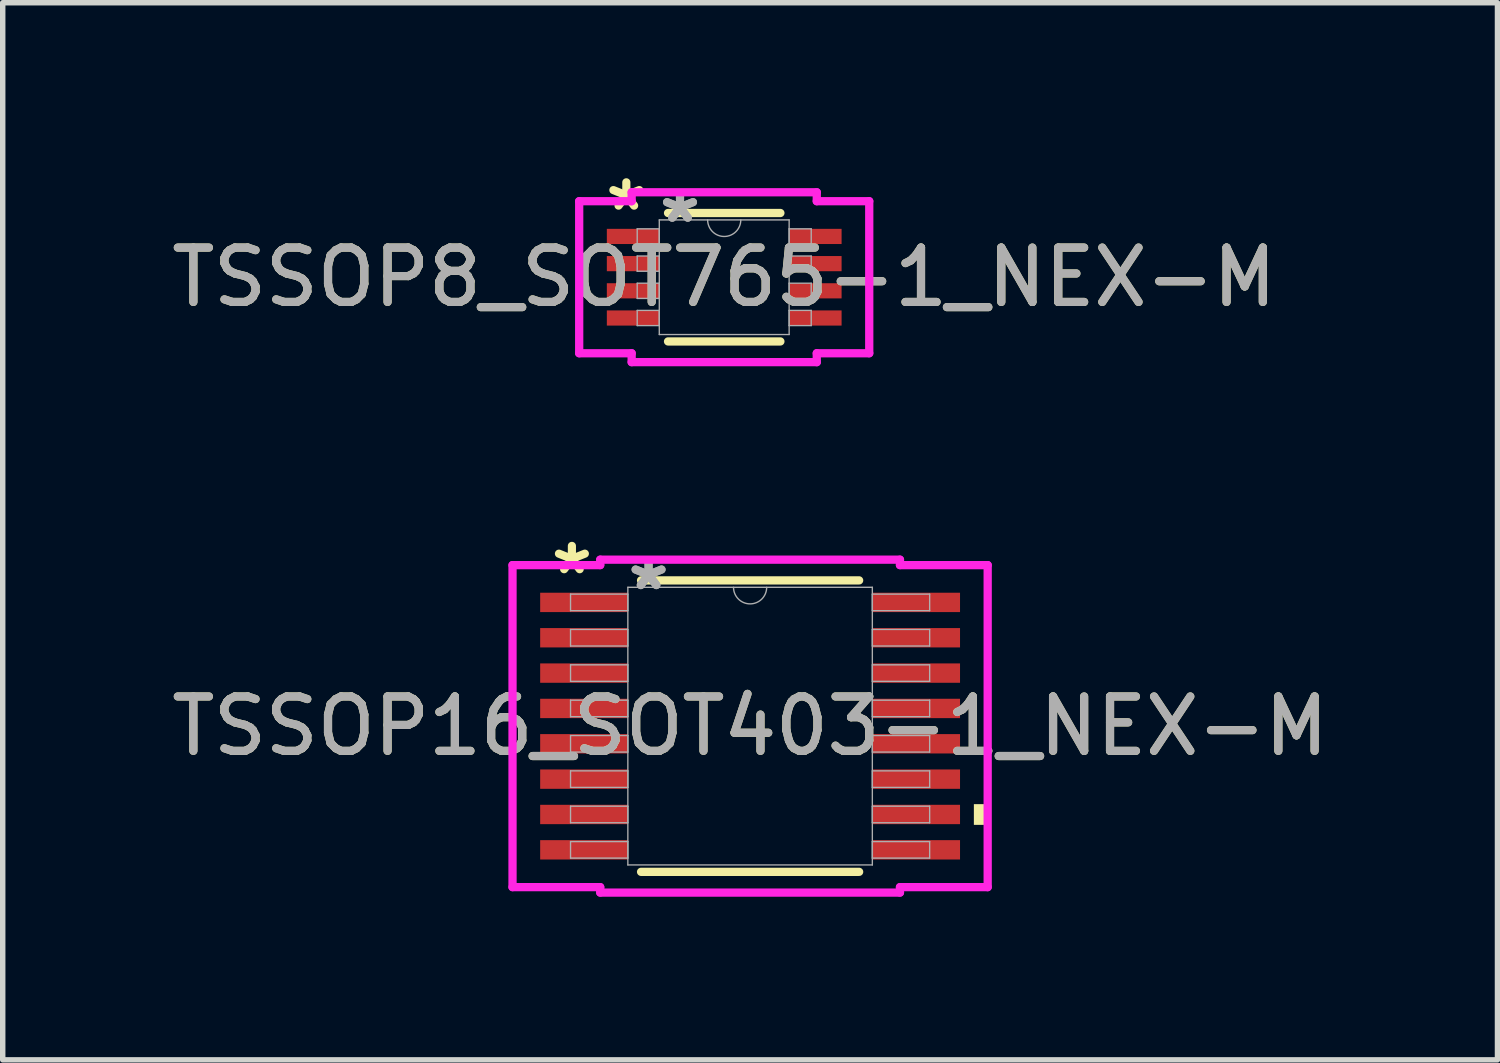
<source format=kicad_pcb>
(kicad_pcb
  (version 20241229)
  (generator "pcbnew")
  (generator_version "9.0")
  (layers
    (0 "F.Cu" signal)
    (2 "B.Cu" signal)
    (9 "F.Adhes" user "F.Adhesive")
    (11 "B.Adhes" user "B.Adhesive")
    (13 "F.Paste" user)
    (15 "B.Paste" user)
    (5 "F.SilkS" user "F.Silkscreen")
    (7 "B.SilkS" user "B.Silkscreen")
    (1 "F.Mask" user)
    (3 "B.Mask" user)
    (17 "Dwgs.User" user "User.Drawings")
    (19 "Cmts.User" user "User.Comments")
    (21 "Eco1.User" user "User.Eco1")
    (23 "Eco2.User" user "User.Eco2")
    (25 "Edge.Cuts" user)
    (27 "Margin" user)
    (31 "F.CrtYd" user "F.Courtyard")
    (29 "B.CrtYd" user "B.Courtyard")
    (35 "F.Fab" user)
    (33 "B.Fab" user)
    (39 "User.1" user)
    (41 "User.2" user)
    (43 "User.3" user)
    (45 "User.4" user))
  (footprint "TSSOP16_SOT403-1_NEX-M"
    (layer "F.Cu")
    (at 10.744 10.303)
    (property "Reference" "TSSOP16_SOT403-1_NEX-M" (at 0 0 0) (unlocked yes) (layer "F.SilkS") (effects (font (size 1 1) (thickness 0.15))))
    (attr smd allow_soldermask_bridges)
    (fp_line (start -2.005 2.68) (end 2.005 2.68) (stroke (width 0.152) (type solid)) (layer "F.SilkS"))
    (fp_line (start 2.005 -2.68) (end -2.005 -2.68) (stroke (width 0.152) (type solid)) (layer "F.SilkS"))
    (fp_poly (pts (xy 4.369 1.435) (xy 4.369 1.816) (xy 4.115 1.816) (xy 4.115 1.435)) (stroke (width 0) (type solid)) (fill yes) (layer "F.SilkS"))
    (fp_line (start -4.369 -2.961) (end -2.756 -2.961) (stroke (width 0.152) (type solid)) (layer "F.CrtYd"))
    (fp_line (start -4.369 2.961) (end -4.369 -2.961) (stroke (width 0.152) (type solid)) (layer "F.CrtYd"))
    (fp_line (start -4.369 2.961) (end -2.756 2.961) (stroke (width 0.152) (type solid)) (layer "F.CrtYd"))
    (fp_line (start -2.756 -3.061) (end 2.756 -3.061) (stroke (width 0.152) (type solid)) (layer "F.CrtYd"))
    (fp_line (start -2.756 -2.961) (end -2.756 -3.061) (stroke (width 0.152) (type solid)) (layer "F.CrtYd"))
    (fp_line (start -2.756 3.061) (end -2.756 2.961) (stroke (width 0.152) (type solid)) (layer "F.CrtYd"))
    (fp_line (start 2.756 -3.061) (end 2.756 -2.961) (stroke (width 0.152) (type solid)) (layer "F.CrtYd"))
    (fp_line (start 2.756 2.961) (end 2.756 3.061) (stroke (width 0.152) (type solid)) (layer "F.CrtYd"))
    (fp_line (start 2.756 3.061) (end -2.756 3.061) (stroke (width 0.152) (type solid)) (layer "F.CrtYd"))
    (fp_line (start 4.369 -2.961) (end 2.756 -2.961) (stroke (width 0.152) (type solid)) (layer "F.CrtYd"))
    (fp_line (start 4.369 -2.961) (end 4.369 2.961) (stroke (width 0.152) (type solid)) (layer "F.CrtYd"))
    (fp_line (start 4.369 2.961) (end 2.756 2.961) (stroke (width 0.152) (type solid)) (layer "F.CrtYd"))
    (fp_line (start -3.302 -2.427) (end -3.302 -2.123) (stroke (width 0.025) (type solid)) (layer "F.Fab"))
    (fp_line (start -3.302 -2.123) (end -2.248 -2.123) (stroke (width 0.025) (type solid)) (layer "F.Fab"))
    (fp_line (start -3.302 -1.777) (end -3.302 -1.473) (stroke (width 0.025) (type solid)) (layer "F.Fab"))
    (fp_line (start -3.302 -1.473) (end -2.248 -1.473) (stroke (width 0.025) (type solid)) (layer "F.Fab"))
    (fp_line (start -3.302 -1.127) (end -3.302 -0.823) (stroke (width 0.025) (type solid)) (layer "F.Fab"))
    (fp_line (start -3.302 -0.823) (end -2.248 -0.823) (stroke (width 0.025) (type solid)) (layer "F.Fab"))
    (fp_line (start -3.302 -0.477) (end -3.302 -0.173) (stroke (width 0.025) (type solid)) (layer "F.Fab"))
    (fp_line (start -3.302 -0.173) (end -2.248 -0.173) (stroke (width 0.025) (type solid)) (layer "F.Fab"))
    (fp_line (start -3.302 0.173) (end -3.302 0.477) (stroke (width 0.025) (type solid)) (layer "F.Fab"))
    (fp_line (start -3.302 0.477) (end -2.248 0.477) (stroke (width 0.025) (type solid)) (layer "F.Fab"))
    (fp_line (start -3.302 0.823) (end -3.302 1.127) (stroke (width 0.025) (type solid)) (layer "F.Fab"))
    (fp_line (start -3.302 1.127) (end -2.248 1.127) (stroke (width 0.025) (type solid)) (layer "F.Fab"))
    (fp_line (start -3.302 1.473) (end -3.302 1.777) (stroke (width 0.025) (type solid)) (layer "F.Fab"))
    (fp_line (start -3.302 1.777) (end -2.248 1.777) (stroke (width 0.025) (type solid)) (layer "F.Fab"))
    (fp_line (start -3.302 2.123) (end -3.302 2.427) (stroke (width 0.025) (type solid)) (layer "F.Fab"))
    (fp_line (start -3.302 2.427) (end -2.248 2.427) (stroke (width 0.025) (type solid)) (layer "F.Fab"))
    (fp_line (start -2.248 -2.553) (end -2.248 2.553) (stroke (width 0.025) (type solid)) (layer "F.Fab"))
    (fp_line (start -2.248 -2.427) (end -3.302 -2.427) (stroke (width 0.025) (type solid)) (layer "F.Fab"))
    (fp_line (start -2.248 -2.123) (end -2.248 -2.427) (stroke (width 0.025) (type solid)) (layer "F.Fab"))
    (fp_line (start -2.248 -1.777) (end -3.302 -1.777) (stroke (width 0.025) (type solid)) (layer "F.Fab"))
    (fp_line (start -2.248 -1.473) (end -2.248 -1.777) (stroke (width 0.025) (type solid)) (layer "F.Fab"))
    (fp_line (start -2.248 -1.127) (end -3.302 -1.127) (stroke (width 0.025) (type solid)) (layer "F.Fab"))
    (fp_line (start -2.248 -0.823) (end -2.248 -1.127) (stroke (width 0.025) (type solid)) (layer "F.Fab"))
    (fp_line (start -2.248 -0.477) (end -3.302 -0.477) (stroke (width 0.025) (type solid)) (layer "F.Fab"))
    (fp_line (start -2.248 -0.173) (end -2.248 -0.477) (stroke (width 0.025) (type solid)) (layer "F.Fab"))
    (fp_line (start -2.248 0.173) (end -3.302 0.173) (stroke (width 0.025) (type solid)) (layer "F.Fab"))
    (fp_line (start -2.248 0.477) (end -2.248 0.173) (stroke (width 0.025) (type solid)) (layer "F.Fab"))
    (fp_line (start -2.248 0.823) (end -3.302 0.823) (stroke (width 0.025) (type solid)) (layer "F.Fab"))
    (fp_line (start -2.248 1.127) (end -2.248 0.823) (stroke (width 0.025) (type solid)) (layer "F.Fab"))
    (fp_line (start -2.248 1.473) (end -3.302 1.473) (stroke (width 0.025) (type solid)) (layer "F.Fab"))
    (fp_line (start -2.248 1.777) (end -2.248 1.473) (stroke (width 0.025) (type solid)) (layer "F.Fab"))
    (fp_line (start -2.248 2.123) (end -3.302 2.123) (stroke (width 0.025) (type solid)) (layer "F.Fab"))
    (fp_line (start -2.248 2.427) (end -2.248 2.123) (stroke (width 0.025) (type solid)) (layer "F.Fab"))
    (fp_line (start -2.248 2.553) (end 2.248 2.553) (stroke (width 0.025) (type solid)) (layer "F.Fab"))
    (fp_line (start 2.248 -2.553) (end -2.248 -2.553) (stroke (width 0.025) (type solid)) (layer "F.Fab"))
    (fp_line (start 2.248 -2.427) (end 2.248 -2.123) (stroke (width 0.025) (type solid)) (layer "F.Fab"))
    (fp_line (start 2.248 -2.123) (end 3.302 -2.123) (stroke (width 0.025) (type solid)) (layer "F.Fab"))
    (fp_line (start 2.248 -1.777) (end 2.248 -1.473) (stroke (width 0.025) (type solid)) (layer "F.Fab"))
    (fp_line (start 2.248 -1.473) (end 3.302 -1.473) (stroke (width 0.025) (type solid)) (layer "F.Fab"))
    (fp_line (start 2.248 -1.127) (end 2.248 -0.823) (stroke (width 0.025) (type solid)) (layer "F.Fab"))
    (fp_line (start 2.248 -0.823) (end 3.302 -0.823) (stroke (width 0.025) (type solid)) (layer "F.Fab"))
    (fp_line (start 2.248 -0.477) (end 2.248 -0.173) (stroke (width 0.025) (type solid)) (layer "F.Fab"))
    (fp_line (start 2.248 -0.173) (end 3.302 -0.173) (stroke (width 0.025) (type solid)) (layer "F.Fab"))
    (fp_line (start 2.248 0.173) (end 2.248 0.477) (stroke (width 0.025) (type solid)) (layer "F.Fab"))
    (fp_line (start 2.248 0.477) (end 3.302 0.477) (stroke (width 0.025) (type solid)) (layer "F.Fab"))
    (fp_line (start 2.248 0.823) (end 2.248 1.127) (stroke (width 0.025) (type solid)) (layer "F.Fab"))
    (fp_line (start 2.248 1.127) (end 3.302 1.127) (stroke (width 0.025) (type solid)) (layer "F.Fab"))
    (fp_line (start 2.248 1.473) (end 2.248 1.777) (stroke (width 0.025) (type solid)) (layer "F.Fab"))
    (fp_line (start 2.248 1.777) (end 3.302 1.777) (stroke (width 0.025) (type solid)) (layer "F.Fab"))
    (fp_line (start 2.248 2.123) (end 2.248 2.427) (stroke (width 0.025) (type solid)) (layer "F.Fab"))
    (fp_line (start 2.248 2.427) (end 3.302 2.427) (stroke (width 0.025) (type solid)) (layer "F.Fab"))
    (fp_line (start 2.248 2.553) (end 2.248 -2.553) (stroke (width 0.025) (type solid)) (layer "F.Fab"))
    (fp_line (start 3.302 -2.427) (end 2.248 -2.427) (stroke (width 0.025) (type solid)) (layer "F.Fab"))
    (fp_line (start 3.302 -2.123) (end 3.302 -2.427) (stroke (width 0.025) (type solid)) (layer "F.Fab"))
    (fp_line (start 3.302 -1.777) (end 2.248 -1.777) (stroke (width 0.025) (type solid)) (layer "F.Fab"))
    (fp_line (start 3.302 -1.473) (end 3.302 -1.777) (stroke (width 0.025) (type solid)) (layer "F.Fab"))
    (fp_line (start 3.302 -1.127) (end 2.248 -1.127) (stroke (width 0.025) (type solid)) (layer "F.Fab"))
    (fp_line (start 3.302 -0.823) (end 3.302 -1.127) (stroke (width 0.025) (type solid)) (layer "F.Fab"))
    (fp_line (start 3.302 -0.477) (end 2.248 -0.477) (stroke (width 0.025) (type solid)) (layer "F.Fab"))
    (fp_line (start 3.302 -0.173) (end 3.302 -0.477) (stroke (width 0.025) (type solid)) (layer "F.Fab"))
    (fp_line (start 3.302 0.173) (end 2.248 0.173) (stroke (width 0.025) (type solid)) (layer "F.Fab"))
    (fp_line (start 3.302 0.477) (end 3.302 0.173) (stroke (width 0.025) (type solid)) (layer "F.Fab"))
    (fp_line (start 3.302 0.823) (end 2.248 0.823) (stroke (width 0.025) (type solid)) (layer "F.Fab"))
    (fp_line (start 3.302 1.127) (end 3.302 0.823) (stroke (width 0.025) (type solid)) (layer "F.Fab"))
    (fp_line (start 3.302 1.473) (end 2.248 1.473) (stroke (width 0.025) (type solid)) (layer "F.Fab"))
    (fp_line (start 3.302 1.777) (end 3.302 1.473) (stroke (width 0.025) (type solid)) (layer "F.Fab"))
    (fp_line (start 3.302 2.123) (end 2.248 2.123) (stroke (width 0.025) (type solid)) (layer "F.Fab"))
    (fp_line (start 3.302 2.427) (end 3.302 2.123) (stroke (width 0.025) (type solid)) (layer "F.Fab"))
    (fp_arc (start 0.3048 -2.5527) (mid 0 -2.2479) (end -0.3048 -2.5527) (stroke (width 0.0254) (type solid)) (layer "F.Fab"))
    (fp_text user "*" (at -3.277 -2.769 0) (unlocked yes) (layer "F.SilkS") (effects (font (size 1 1) (thickness 0.15))))
    (fp_text user "${REFERENCE}" (at 0 0 0) (unlocked yes) (layer "F.Fab") (effects (font (size 1 1) (thickness 0.15))))
    (fp_text user "*" (at -1.867 -2.477 0) (layer "F.Fab") (effects (font (size 1 1) (thickness 0.15))))
    (fp_text user "*" (at -1.867 -2.477 0) (unlocked yes) (layer "F.Fab") (effects (font (size 1 1) (thickness 0.15))))
    (pad "1" smd rect (at -3.054 -2.275) (size 1.613 0.356) (layers "F.Cu" "F.Mask" "F.Paste"))
    (pad "2" smd rect (at -3.054 -1.625) (size 1.613 0.356) (layers "F.Cu" "F.Mask" "F.Paste"))
    (pad "3" smd rect (at -3.054 -0.975) (size 1.613 0.356) (layers "F.Cu" "F.Mask" "F.Paste"))
    (pad "4" smd rect (at -3.054 -0.325) (size 1.613 0.356) (layers "F.Cu" "F.Mask" "F.Paste"))
    (pad "5" smd rect (at -3.054 0.325) (size 1.613 0.356) (layers "F.Cu" "F.Mask" "F.Paste"))
    (pad "6" smd rect (at -3.054 0.975) (size 1.613 0.356) (layers "F.Cu" "F.Mask" "F.Paste"))
    (pad "7" smd rect (at -3.054 1.625) (size 1.613 0.356) (layers "F.Cu" "F.Mask" "F.Paste"))
    (pad "8" smd rect (at -3.054 2.275) (size 1.613 0.356) (layers "F.Cu" "F.Mask" "F.Paste"))
    (pad "9" smd rect (at 3.054 2.275) (size 1.613 0.356) (layers "F.Cu" "F.Mask" "F.Paste"))
    (pad "10" smd rect (at 3.054 1.625) (size 1.613 0.356) (layers "F.Cu" "F.Mask" "F.Paste"))
    (pad "11" smd rect (at 3.054 0.975) (size 1.613 0.356) (layers "F.Cu" "F.Mask" "F.Paste"))
    (pad "12" smd rect (at 3.054 0.325) (size 1.613 0.356) (layers "F.Cu" "F.Mask" "F.Paste"))
    (pad "13" smd rect (at 3.054 -0.325) (size 1.613 0.356) (layers "F.Cu" "F.Mask" "F.Paste"))
    (pad "14" smd rect (at 3.054 -0.975) (size 1.613 0.356) (layers "F.Cu" "F.Mask" "F.Paste"))
    (pad "15" smd rect (at 3.054 -1.625) (size 1.613 0.356) (layers "F.Cu" "F.Mask" "F.Paste"))
    (pad "16" smd rect (at 3.054 -2.275) (size 1.613 0.356) (layers "F.Cu" "F.Mask" "F.Paste")))
  (footprint "TSSOP8_SOT765-1_NEX-M"
    (layer "F.Cu")
    (at 10.268 2.048)
    (property "Reference" "TSSOP8_SOT765-1_NEX-M" (at 0 0 0) (unlocked yes) (layer "F.SilkS") (effects (font (size 1 1) (thickness 0.15))))
    (attr smd allow_soldermask_bridges)
    (fp_line (start -1.033 1.181) (end 1.033 1.181) (stroke (width 0.152) (type solid)) (layer "F.SilkS"))
    (fp_line (start 1.033 -1.181) (end -1.033 -1.181) (stroke (width 0.152) (type solid)) (layer "F.SilkS"))
    (fp_line (start -2.667 -1.398) (end -1.702 -1.398) (stroke (width 0.152) (type solid)) (layer "F.CrtYd"))
    (fp_line (start -2.667 1.398) (end -2.667 -1.398) (stroke (width 0.152) (type solid)) (layer "F.CrtYd"))
    (fp_line (start -2.667 1.398) (end -1.702 1.398) (stroke (width 0.152) (type solid)) (layer "F.CrtYd"))
    (fp_line (start -1.702 -1.562) (end 1.702 -1.562) (stroke (width 0.152) (type solid)) (layer "F.CrtYd"))
    (fp_line (start -1.702 -1.398) (end -1.702 -1.562) (stroke (width 0.152) (type solid)) (layer "F.CrtYd"))
    (fp_line (start -1.702 1.562) (end -1.702 1.398) (stroke (width 0.152) (type solid)) (layer "F.CrtYd"))
    (fp_line (start 1.702 -1.562) (end 1.702 -1.398) (stroke (width 0.152) (type solid)) (layer "F.CrtYd"))
    (fp_line (start 1.702 1.398) (end 1.702 1.562) (stroke (width 0.152) (type solid)) (layer "F.CrtYd"))
    (fp_line (start 1.702 1.562) (end -1.702 1.562) (stroke (width 0.152) (type solid)) (layer "F.CrtYd"))
    (fp_line (start 2.667 -1.398) (end 1.702 -1.398) (stroke (width 0.152) (type solid)) (layer "F.CrtYd"))
    (fp_line (start 2.667 -1.398) (end 2.667 1.398) (stroke (width 0.152) (type solid)) (layer "F.CrtYd"))
    (fp_line (start 2.667 1.398) (end 1.702 1.398) (stroke (width 0.152) (type solid)) (layer "F.CrtYd"))
    (fp_line (start -1.6 -0.89) (end -1.6 -0.61) (stroke (width 0.025) (type solid)) (layer "F.Fab"))
    (fp_line (start -1.6 -0.61) (end -1.194 -0.61) (stroke (width 0.025) (type solid)) (layer "F.Fab"))
    (fp_line (start -1.6 -0.39) (end -1.6 -0.11) (stroke (width 0.025) (type solid)) (layer "F.Fab"))
    (fp_line (start -1.6 -0.11) (end -1.194 -0.11) (stroke (width 0.025) (type solid)) (layer "F.Fab"))
    (fp_line (start -1.6 0.11) (end -1.6 0.39) (stroke (width 0.025) (type solid)) (layer "F.Fab"))
    (fp_line (start -1.6 0.39) (end -1.194 0.39) (stroke (width 0.025) (type solid)) (layer "F.Fab"))
    (fp_line (start -1.6 0.61) (end -1.6 0.89) (stroke (width 0.025) (type solid)) (layer "F.Fab"))
    (fp_line (start -1.6 0.89) (end -1.194 0.89) (stroke (width 0.025) (type solid)) (layer "F.Fab"))
    (fp_line (start -1.194 -1.054) (end -1.194 1.054) (stroke (width 0.025) (type solid)) (layer "F.Fab"))
    (fp_line (start -1.194 -0.89) (end -1.6 -0.89) (stroke (width 0.025) (type solid)) (layer "F.Fab"))
    (fp_line (start -1.194 -0.61) (end -1.194 -0.89) (stroke (width 0.025) (type solid)) (layer "F.Fab"))
    (fp_line (start -1.194 -0.39) (end -1.6 -0.39) (stroke (width 0.025) (type solid)) (layer "F.Fab"))
    (fp_line (start -1.194 -0.11) (end -1.194 -0.39) (stroke (width 0.025) (type solid)) (layer "F.Fab"))
    (fp_line (start -1.194 0.11) (end -1.6 0.11) (stroke (width 0.025) (type solid)) (layer "F.Fab"))
    (fp_line (start -1.194 0.39) (end -1.194 0.11) (stroke (width 0.025) (type solid)) (layer "F.Fab"))
    (fp_line (start -1.194 0.61) (end -1.6 0.61) (stroke (width 0.025) (type solid)) (layer "F.Fab"))
    (fp_line (start -1.194 0.89) (end -1.194 0.61) (stroke (width 0.025) (type solid)) (layer "F.Fab"))
    (fp_line (start -1.194 1.054) (end 1.194 1.054) (stroke (width 0.025) (type solid)) (layer "F.Fab"))
    (fp_line (start 1.194 -1.054) (end -1.194 -1.054) (stroke (width 0.025) (type solid)) (layer "F.Fab"))
    (fp_line (start 1.194 -0.89) (end 1.194 -0.61) (stroke (width 0.025) (type solid)) (layer "F.Fab"))
    (fp_line (start 1.194 -0.61) (end 1.6 -0.61) (stroke (width 0.025) (type solid)) (layer "F.Fab"))
    (fp_line (start 1.194 -0.39) (end 1.194 -0.11) (stroke (width 0.025) (type solid)) (layer "F.Fab"))
    (fp_line (start 1.194 -0.11) (end 1.6 -0.11) (stroke (width 0.025) (type solid)) (layer "F.Fab"))
    (fp_line (start 1.194 0.11) (end 1.194 0.39) (stroke (width 0.025) (type solid)) (layer "F.Fab"))
    (fp_line (start 1.194 0.39) (end 1.6 0.39) (stroke (width 0.025) (type solid)) (layer "F.Fab"))
    (fp_line (start 1.194 0.61) (end 1.194 0.89) (stroke (width 0.025) (type solid)) (layer "F.Fab"))
    (fp_line (start 1.194 0.89) (end 1.6 0.89) (stroke (width 0.025) (type solid)) (layer "F.Fab"))
    (fp_line (start 1.194 1.054) (end 1.194 -1.054) (stroke (width 0.025) (type solid)) (layer "F.Fab"))
    (fp_line (start 1.6 -0.89) (end 1.194 -0.89) (stroke (width 0.025) (type solid)) (layer "F.Fab"))
    (fp_line (start 1.6 -0.61) (end 1.6 -0.89) (stroke (width 0.025) (type solid)) (layer "F.Fab"))
    (fp_line (start 1.6 -0.39) (end 1.194 -0.39) (stroke (width 0.025) (type solid)) (layer "F.Fab"))
    (fp_line (start 1.6 -0.11) (end 1.6 -0.39) (stroke (width 0.025) (type solid)) (layer "F.Fab"))
    (fp_line (start 1.6 0.11) (end 1.194 0.11) (stroke (width 0.025) (type solid)) (layer "F.Fab"))
    (fp_line (start 1.6 0.39) (end 1.6 0.11) (stroke (width 0.025) (type solid)) (layer "F.Fab"))
    (fp_line (start 1.6 0.61) (end 1.194 0.61) (stroke (width 0.025) (type solid)) (layer "F.Fab"))
    (fp_line (start 1.6 0.89) (end 1.6 0.61) (stroke (width 0.025) (type solid)) (layer "F.Fab"))
    (fp_arc (start 0.3048 -1.0541) (mid 0 -0.7493) (end -0.3048 -1.0541) (stroke (width 0.0254) (type solid)) (layer "F.Fab"))
    (fp_text user "*" (at -1.8 -1.2 0) (unlocked yes) (layer "F.SilkS") (effects (font (size 1 1) (thickness 0.15))))
    (fp_text user "*" (at -0.813 -0.978 0) (unlocked yes) (layer "F.Fab") (effects (font (size 1 1) (thickness 0.15))))
    (fp_text user "*" (at -0.813 -0.978 0) (layer "F.Fab") (effects (font (size 1 1) (thickness 0.15))))
    (fp_text user "${REFERENCE}" (at 0 0 0) (unlocked yes) (layer "F.Fab") (effects (font (size 1 1) (thickness 0.15))))
    (pad "1" smd rect (at -1.676 -0.75) (size 0.965 0.279) (layers "F.Cu" "F.Mask" "F.Paste"))
    (pad "2" smd rect (at -1.676 -0.25) (size 0.965 0.279) (layers "F.Cu" "F.Mask" "F.Paste"))
    (pad "3" smd rect (at -1.676 0.25) (size 0.965 0.279) (layers "F.Cu" "F.Mask" "F.Paste"))
    (pad "4" smd rect (at -1.676 0.75) (size 0.965 0.279) (layers "F.Cu" "F.Mask" "F.Paste"))
    (pad "5" smd rect (at 1.676 0.75) (size 0.965 0.279) (layers "F.Cu" "F.Mask" "F.Paste"))
    (pad "6" smd rect (at 1.676 0.25) (size 0.965 0.279) (layers "F.Cu" "F.Mask" "F.Paste"))
    (pad "7" smd rect (at 1.676 -0.25) (size 0.965 0.279) (layers "F.Cu" "F.Mask" "F.Paste"))
    (pad "8" smd rect (at 1.676 -0.75) (size 0.965 0.279) (layers "F.Cu" "F.Mask" "F.Paste")))
  (gr_rect
    (start -3 -3)
    (end 24.488 16.44)
    (stroke (width 0.1) (type default))
    (fill no)
    (layer "Edge.Cuts")))
</source>
